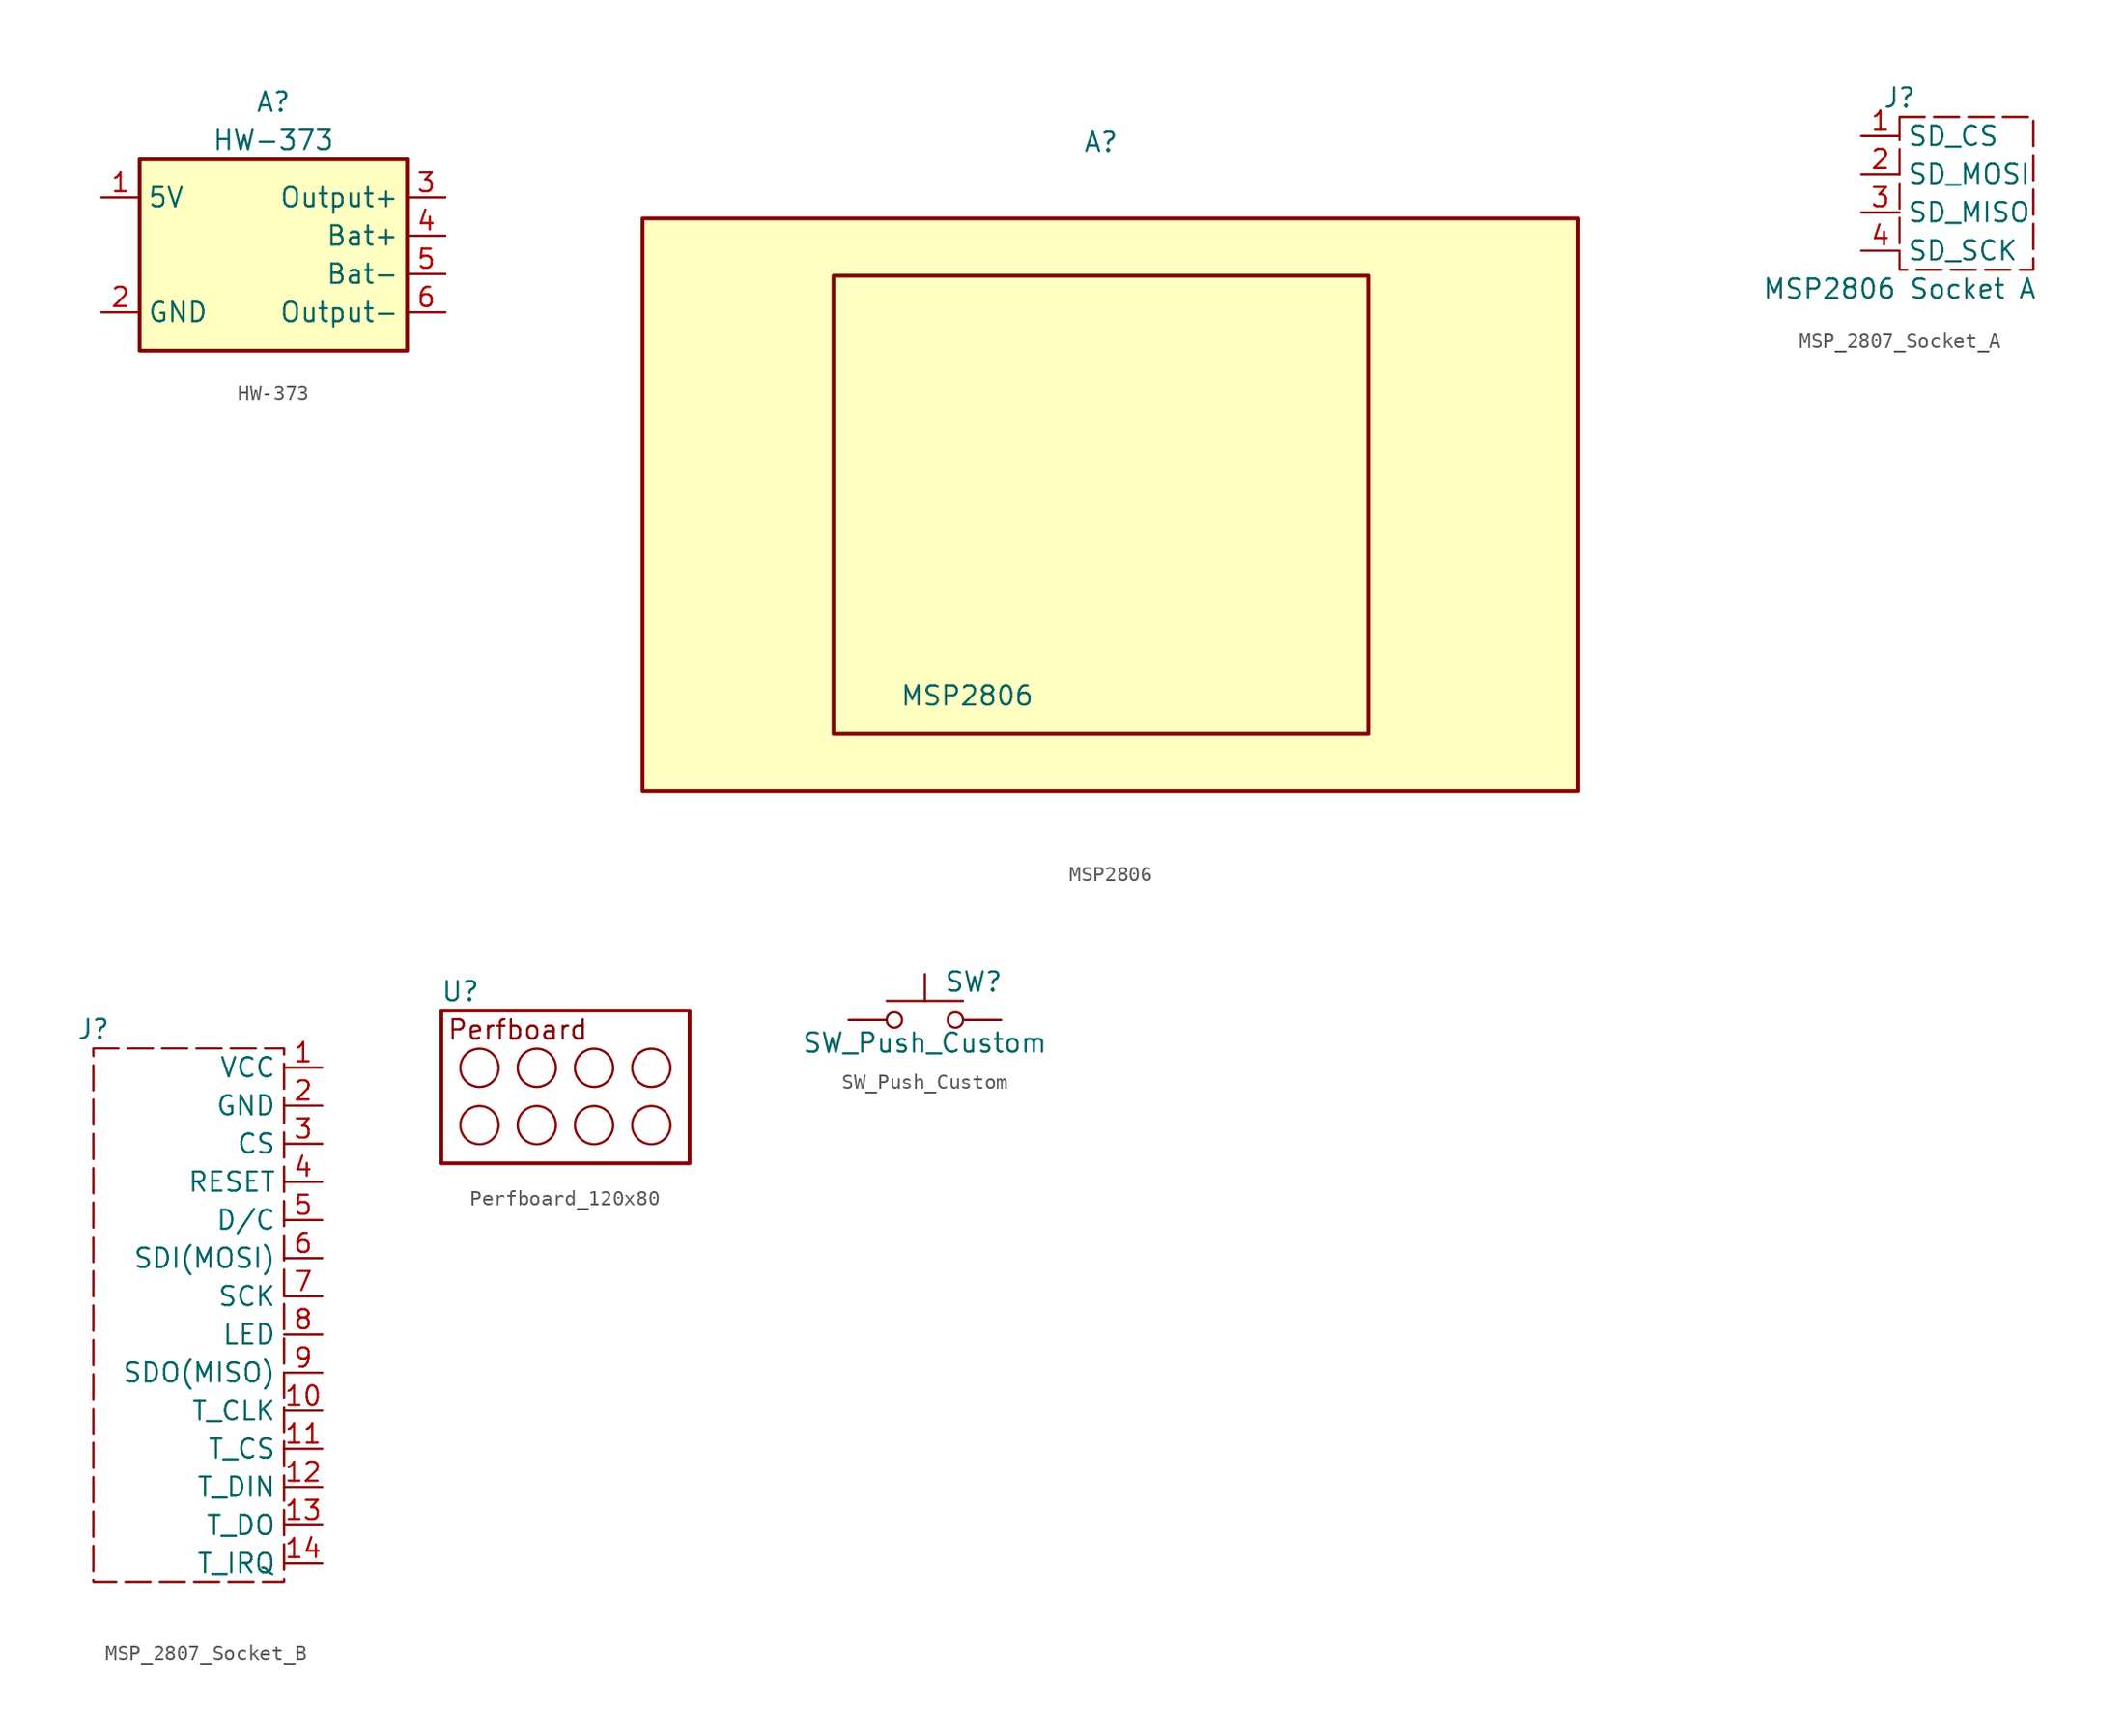
<source format=kicad_sym>
(kicad_symbol_lib
  (version 20241209)
  (generator "kicad_symbol_editor")
  (generator_version "9.0")
  (symbol "HW-373"
    (property "Reference" "A"
      (at 0 10.16 0)
      (effects (font (size 1.27 1.27))))
    (property "Value" "HW-373"
      (at 0 7.62 0)
      (effects (font (size 1.27 1.27))))
    (symbol "HW-373_1_1"
      (rectangle (start -8.89 6.35) (end 8.89 -6.35) (stroke (width 0.254) (type solid)) (fill (type color) (color 255 255 194 1)))
      (pin power_in line (at -11.43 3.81 0) (length 2.54) (name "5V" (effects (font (size 1.27 1.27)))) (number "1" (effects (font (size 1.27 1.27)))))
      (pin power_out line (at -11.43 -3.81 0) (length 2.54) (name "GND" (effects (font (size 1.27 1.27)))) (number "2" (effects (font (size 1.27 1.27)))))
      (pin power_out line (at 11.43 3.81 180) (length 2.54) (name "Output+" (effects (font (size 1.27 1.27)))) (number "3" (effects (font (size 1.27 1.27)))))
      (pin power_in line (at 11.43 1.27 180) (length 2.54) (name "Bat+" (effects (font (size 1.27 1.27)))) (number "4" (effects (font (size 1.27 1.27)))))
      (pin power_out line (at 11.43 -1.27 180) (length 2.54) (name "Bat-" (effects (font (size 1.27 1.27)))) (number "5" (effects (font (size 1.27 1.27)))))
      (pin power_in line (at 11.43 -3.81 180) (length 2.54) (name "Output-" (effects (font (size 1.27 1.27)))) (number "6" (effects (font (size 1.27 1.27)))))))
  (symbol "MSP2806"
    (property "Reference" "A"
      (at 0 20.32 0)
      (effects (font (size 1.27 1.27))))
    (property "Value" "MSP2806"
      (at -8.89 -16.51 0)
      (effects (font (size 1.27 1.27))))
    (symbol "MSP2806_1_1"
      (rectangle (start -30.48 15.24) (end 31.75 -22.86) (stroke (width 0.254) (type solid)) (fill (type color) (color 255 255 194 1)))
      (rectangle (start -17.78 11.43) (end 17.78 -19.05) (stroke (width 0.254) (type solid)) (fill (type none)))))
  (symbol "MSP_2807_Socket_A"
    (property "Reference" "J"
      (at 0 0 0)
      (effects (font (size 1.27 1.27))))
    (property "Value" "MSP2806 Socket A"
      (at 0 -12.7 0)
      (effects (font (size 1.27 1.27))))
    (symbol "MSP_2807_Socket_A_1_1"
      (rectangle (start 0 -1.27) (end 8.89 -11.43) (stroke (width 0) (type dash)) (fill (type none)))
      (pin input line (at -2.54 -2.54 0) (length 2.54) (name "SD_CS" (effects (font (size 1.27 1.27)))) (number "1" (effects (font (size 1.27 1.27)))))
      (pin input line (at -2.54 -5.08 0) (length 2.54) (name "SD_MOSI" (effects (font (size 1.27 1.27)))) (number "2" (effects (font (size 1.27 1.27)))))
      (pin input line (at -2.54 -7.62 0) (length 2.54) (name "SD_MISO" (effects (font (size 1.27 1.27)))) (number "3" (effects (font (size 1.27 1.27)))))
      (pin input line (at -2.54 -10.16 0) (length 2.54) (name "SD_SCK" (effects (font (size 1.27 1.27)))) (number "4" (effects (font (size 1.27 1.27)))))))
  (symbol "MSP_2807_Socket_B"
    (property "Reference" "J"
      (at 0 0 0)
      (effects (font (size 1.27 1.27))))
    (property "Value" ""
      (at 0 0 0)
      (effects (font (size 1.27 1.27))))
    (symbol "MSP_2807_Socket_B_1_1"
      (rectangle (start 0 -1.27) (end 12.7 -36.83) (stroke (width 0) (type dash)) (fill (type none)))
      (pin power_in line (at 15.24 -2.54 180) (length 2.54) (name "VCC" (effects (font (size 1.27 1.27)))) (number "1" (effects (font (size 1.27 1.27)))))
      (pin power_out line (at 15.24 -5.08 180) (length 2.54) (name "GND" (effects (font (size 1.27 1.27)))) (number "2" (effects (font (size 1.27 1.27)))))
      (pin input line (at 15.24 -7.62 180) (length 2.54) (name "CS" (effects (font (size 1.27 1.27)))) (number "3" (effects (font (size 1.27 1.27)))))
      (pin input line (at 15.24 -10.16 180) (length 2.54) (name "RESET" (effects (font (size 1.27 1.27)))) (number "4" (effects (font (size 1.27 1.27)))))
      (pin input line (at 15.24 -12.7 180) (length 2.54) (name "D/C" (effects (font (size 1.27 1.27)))) (number "5" (effects (font (size 1.27 1.27)))))
      (pin input line (at 15.24 -15.24 180) (length 2.54) (name "SDI(MOSI)" (effects (font (size 1.27 1.27)))) (number "6" (effects (font (size 1.27 1.27)))))
      (pin input line (at 15.24 -17.78 180) (length 2.54) (name "SCK" (effects (font (size 1.27 1.27)))) (number "7" (effects (font (size 1.27 1.27)))))
      (pin input line (at 15.24 -20.32 180) (length 2.54) (name "LED" (effects (font (size 1.27 1.27)))) (number "8" (effects (font (size 1.27 1.27)))))
      (pin input line (at 15.24 -22.86 180) (length 2.54) (name "SDO(MISO)" (effects (font (size 1.27 1.27)))) (number "9" (effects (font (size 1.27 1.27)))))
      (pin input line (at 15.24 -25.4 180) (length 2.54) (name "T_CLK" (effects (font (size 1.27 1.27)))) (number "10" (effects (font (size 1.27 1.27)))))
      (pin input line (at 15.24 -27.94 180) (length 2.54) (name "T_CS" (effects (font (size 1.27 1.27)))) (number "11" (effects (font (size 1.27 1.27)))))
      (pin input line (at 15.24 -30.48 180) (length 2.54) (name "T_DIN" (effects (font (size 1.27 1.27)))) (number "12" (effects (font (size 1.27 1.27)))))
      (pin input line (at 15.24 -33.02 180) (length 2.54) (name "T_DO" (effects (font (size 1.27 1.27)))) (number "13" (effects (font (size 1.27 1.27)))))
      (pin input line (at 15.24 -35.56 180) (length 2.54) (name "T_IRQ" (effects (font (size 1.27 1.27)))) (number "14" (effects (font (size 1.27 1.27)))))))
  (symbol "Perfboard_120x80"
    (property "Reference" "U"
      (at 1.27 1.27 0)
      (effects (font (size 1.27 1.27))))
    (property "Value" ""
      (at 0 0 0)
      (effects (font (size 1.27 1.27))))
    (symbol "Perfboard_120x80_0_1"
      (circle (center 2.54 -3.81) (radius 1.27) (stroke (width 0) (type default)) (fill (type none)))
      (circle (center 2.54 -7.62) (radius 1.27) (stroke (width 0) (type default)) (fill (type none)))
      (circle (center 6.35 -3.81) (radius 1.27) (stroke (width 0) (type default)) (fill (type none)))
      (circle (center 6.35 -7.62) (radius 1.27) (stroke (width 0) (type default)) (fill (type none)))
      (circle (center 10.16 -3.81) (radius 1.27) (stroke (width 0) (type default)) (fill (type none)))
      (circle (center 10.16 -7.62) (radius 1.27) (stroke (width 0) (type default)) (fill (type none)))
      (circle (center 13.97 -3.81) (radius 1.27) (stroke (width 0) (type default)) (fill (type none)))
      (circle (center 13.97 -7.62) (radius 1.27) (stroke (width 0) (type default)) (fill (type none))))
    (symbol "Perfboard_120x80_1_1"
      (rectangle (start 0 0) (end 16.51 -10.16) (stroke (width 0.254) (type solid)) (fill (type none)))
      (text "Perfboard" (at 5.08 -1.27 0) (effects (font (size 1.27 1.27))))))
  (symbol "SW_Push_Custom"
    (pin_numbers
      (hide yes))
    (pin_names
      (offset 1.016)
      (hide yes))
    (property "Reference" "SW"
      (at 1.27 2.54 0)
      (effects (font (size 1.27 1.27)) (justify left)))
    (property "Value" "SW_Push_Custom"
      (at 0 -1.524 0)
      (effects (font (size 1.27 1.27))))
    (symbol "SW_Push_Custom_0_1"
      (circle (center -2.032 0) (radius 0.508) (stroke (width 0) (type default)) (fill (type none)))
      (polyline (pts (xy 0 1.27) (xy 0 3.048)) (stroke (width 0) (type default)) (fill (type none)))
      (circle (center 2.032 0) (radius 0.508) (stroke (width 0) (type default)) (fill (type none)))
      (polyline (pts (xy 2.54 1.27) (xy -2.54 1.27)) (stroke (width 0) (type default)) (fill (type none)))
      (pin passive line (at -5.08 0 0) (length 2.54) (name "1" (effects (font (size 1.27 1.27)))) (number "1" (effects (font (size 1.27 1.27)))))
      (pin passive line (at 5.08 0 180) (length 2.54) (name "2" (effects (font (size 1.27 1.27)))) (number "2" (effects (font (size 1.27 1.27))))))))
</source>
